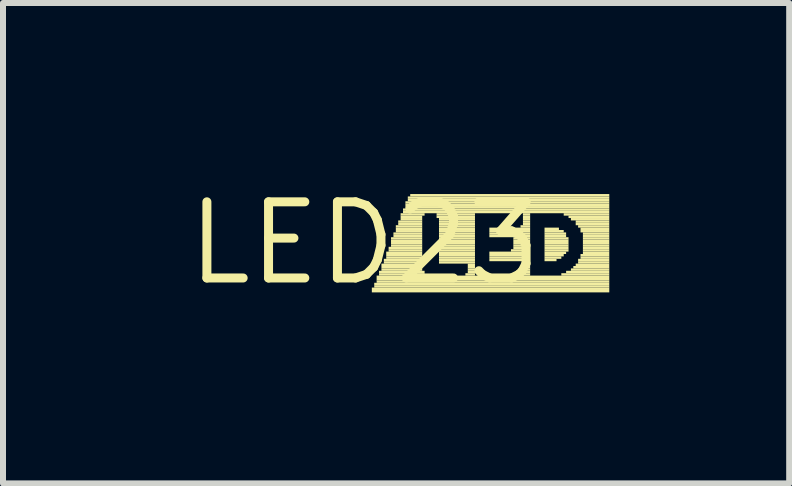
<source format=kicad_pcb>
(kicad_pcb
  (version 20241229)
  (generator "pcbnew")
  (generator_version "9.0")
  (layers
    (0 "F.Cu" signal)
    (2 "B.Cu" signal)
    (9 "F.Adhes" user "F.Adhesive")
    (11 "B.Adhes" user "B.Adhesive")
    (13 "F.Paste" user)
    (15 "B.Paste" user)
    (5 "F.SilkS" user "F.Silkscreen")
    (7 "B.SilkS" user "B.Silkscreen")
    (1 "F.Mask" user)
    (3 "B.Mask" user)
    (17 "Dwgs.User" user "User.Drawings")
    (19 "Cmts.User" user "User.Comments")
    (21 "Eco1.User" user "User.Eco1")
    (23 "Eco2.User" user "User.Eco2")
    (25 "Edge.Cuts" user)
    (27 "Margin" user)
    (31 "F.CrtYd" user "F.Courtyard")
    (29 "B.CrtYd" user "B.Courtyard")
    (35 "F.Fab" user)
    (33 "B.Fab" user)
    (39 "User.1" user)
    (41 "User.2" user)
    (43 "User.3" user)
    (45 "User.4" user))
  (footprint "LED23"
    (layer "F.Cu")
    (at 3.031 1.006)
    (property "Reference" "LED23" (at 0 0 0) (layer "F.SilkS") (effects (font (size 1.27 1.27) (thickness 0.15))))
    (fp_poly (pts (xy 0.12 0.78) (xy 4.08 0.78) (xy 4.08 0.74) (xy 0.12 0.74)) (stroke (width 0) (type default)) (fill yes) (layer "F.SilkS"))
    (fp_poly (pts (xy 0.12 0.82) (xy 4.08 0.82) (xy 4.08 0.78) (xy 0.12 0.78)) (stroke (width 0) (type default)) (fill yes) (layer "F.SilkS"))
    (fp_poly (pts (xy 0.16 0.7) (xy 4.08 0.7) (xy 4.08 0.66) (xy 0.16 0.66)) (stroke (width 0) (type default)) (fill yes) (layer "F.SilkS"))
    (fp_poly (pts (xy 0.16 0.74) (xy 4.08 0.74) (xy 4.08 0.7) (xy 0.16 0.7)) (stroke (width 0) (type default)) (fill yes) (layer "F.SilkS"))
    (fp_poly (pts (xy 0.2 0.58) (xy 4.08 0.58) (xy 4.08 0.54) (xy 0.2 0.54)) (stroke (width 0) (type default)) (fill yes) (layer "F.SilkS"))
    (fp_poly (pts (xy 0.2 0.62) (xy 4.08 0.62) (xy 4.08 0.58) (xy 0.2 0.58)) (stroke (width 0) (type default)) (fill yes) (layer "F.SilkS"))
    (fp_poly (pts (xy 0.2 0.66) (xy 4.08 0.66) (xy 4.08 0.62) (xy 0.2 0.62)) (stroke (width 0) (type default)) (fill yes) (layer "F.SilkS"))
    (fp_poly (pts (xy 0.24 0.5) (xy 1 0.5) (xy 1 0.46) (xy 0.24 0.46)) (stroke (width 0) (type default)) (fill yes) (layer "F.SilkS"))
    (fp_poly (pts (xy 0.24 0.54) (xy 1 0.54) (xy 1 0.5) (xy 0.24 0.5)) (stroke (width 0) (type default)) (fill yes) (layer "F.SilkS"))
    (fp_poly (pts (xy 0.28 0.38) (xy 0.96 0.38) (xy 0.96 0.34) (xy 0.28 0.34)) (stroke (width 0) (type default)) (fill yes) (layer "F.SilkS"))
    (fp_poly (pts (xy 0.28 0.42) (xy 0.96 0.42) (xy 0.96 0.38) (xy 0.28 0.38)) (stroke (width 0) (type default)) (fill yes) (layer "F.SilkS"))
    (fp_poly (pts (xy 0.28 0.46) (xy 0.96 0.46) (xy 0.96 0.42) (xy 0.28 0.42)) (stroke (width 0) (type default)) (fill yes) (layer "F.SilkS"))
    (fp_poly (pts (xy 0.32 0.3) (xy 0.96 0.3) (xy 0.96 0.26) (xy 0.32 0.26)) (stroke (width 0) (type default)) (fill yes) (layer "F.SilkS"))
    (fp_poly (pts (xy 0.32 0.34) (xy 0.96 0.34) (xy 0.96 0.3) (xy 0.32 0.3)) (stroke (width 0) (type default)) (fill yes) (layer "F.SilkS"))
    (fp_poly (pts (xy 0.36 0.18) (xy 0.96 0.18) (xy 0.96 0.14) (xy 0.36 0.14)) (stroke (width 0) (type default)) (fill yes) (layer "F.SilkS"))
    (fp_poly (pts (xy 0.36 0.22) (xy 0.96 0.22) (xy 0.96 0.18) (xy 0.36 0.18)) (stroke (width 0) (type default)) (fill yes) (layer "F.SilkS"))
    (fp_poly (pts (xy 0.36 0.26) (xy 0.96 0.26) (xy 0.96 0.22) (xy 0.36 0.22)) (stroke (width 0) (type default)) (fill yes) (layer "F.SilkS"))
    (fp_poly (pts (xy 0.4 0.1) (xy 0.96 0.1) (xy 0.96 0.06) (xy 0.4 0.06)) (stroke (width 0) (type default)) (fill yes) (layer "F.SilkS"))
    (fp_poly (pts (xy 0.4 0.14) (xy 0.96 0.14) (xy 0.96 0.1) (xy 0.4 0.1)) (stroke (width 0) (type default)) (fill yes) (layer "F.SilkS"))
    (fp_poly (pts (xy 0.44 -0.06) (xy 0.96 -0.06) (xy 0.96 -0.1) (xy 0.44 -0.1)) (stroke (width 0) (type default)) (fill yes) (layer "F.SilkS"))
    (fp_poly (pts (xy 0.44 -0.02) (xy 0.96 -0.02) (xy 0.96 -0.06) (xy 0.44 -0.06)) (stroke (width 0) (type default)) (fill yes) (layer "F.SilkS"))
    (fp_poly (pts (xy 0.44 0.02) (xy 0.96 0.02) (xy 0.96 -0.02) (xy 0.44 -0.02)) (stroke (width 0) (type default)) (fill yes) (layer "F.SilkS"))
    (fp_poly (pts (xy 0.44 0.06) (xy 0.96 0.06) (xy 0.96 0.02) (xy 0.44 0.02)) (stroke (width 0) (type default)) (fill yes) (layer "F.SilkS"))
    (fp_poly (pts (xy 0.48 -0.14) (xy 0.96 -0.14) (xy 0.96 -0.18) (xy 0.48 -0.18)) (stroke (width 0) (type default)) (fill yes) (layer "F.SilkS"))
    (fp_poly (pts (xy 0.48 -0.1) (xy 0.96 -0.1) (xy 0.96 -0.14) (xy 0.48 -0.14)) (stroke (width 0) (type default)) (fill yes) (layer "F.SilkS"))
    (fp_poly (pts (xy 0.52 -0.26) (xy 0.96 -0.26) (xy 0.96 -0.3) (xy 0.52 -0.3)) (stroke (width 0) (type default)) (fill yes) (layer "F.SilkS"))
    (fp_poly (pts (xy 0.52 -0.22) (xy 0.96 -0.22) (xy 0.96 -0.26) (xy 0.52 -0.26)) (stroke (width 0) (type default)) (fill yes) (layer "F.SilkS"))
    (fp_poly (pts (xy 0.52 -0.18) (xy 0.96 -0.18) (xy 0.96 -0.22) (xy 0.52 -0.22)) (stroke (width 0) (type default)) (fill yes) (layer "F.SilkS"))
    (fp_poly (pts (xy 0.56 -0.34) (xy 0.96 -0.34) (xy 0.96 -0.38) (xy 0.56 -0.38)) (stroke (width 0) (type default)) (fill yes) (layer "F.SilkS"))
    (fp_poly (pts (xy 0.56 -0.3) (xy 0.96 -0.3) (xy 0.96 -0.34) (xy 0.56 -0.34)) (stroke (width 0) (type default)) (fill yes) (layer "F.SilkS"))
    (fp_poly (pts (xy 0.6 -0.46) (xy 1 -0.46) (xy 1 -0.5) (xy 0.6 -0.5)) (stroke (width 0) (type default)) (fill yes) (layer "F.SilkS"))
    (fp_poly (pts (xy 0.6 -0.42) (xy 0.96 -0.42) (xy 0.96 -0.46) (xy 0.6 -0.46)) (stroke (width 0) (type default)) (fill yes) (layer "F.SilkS"))
    (fp_poly (pts (xy 0.6 -0.38) (xy 0.96 -0.38) (xy 0.96 -0.42) (xy 0.6 -0.42)) (stroke (width 0) (type default)) (fill yes) (layer "F.SilkS"))
    (fp_poly (pts (xy 0.64 -0.54) (xy 4.08 -0.54) (xy 4.08 -0.58) (xy 0.64 -0.58)) (stroke (width 0) (type default)) (fill yes) (layer "F.SilkS"))
    (fp_poly (pts (xy 0.64 -0.5) (xy 4.08 -0.5) (xy 4.08 -0.54) (xy 0.64 -0.54)) (stroke (width 0) (type default)) (fill yes) (layer "F.SilkS"))
    (fp_poly (pts (xy 0.68 -0.66) (xy 4.08 -0.66) (xy 4.08 -0.7) (xy 0.68 -0.7)) (stroke (width 0) (type default)) (fill yes) (layer "F.SilkS"))
    (fp_poly (pts (xy 0.68 -0.62) (xy 4.08 -0.62) (xy 4.08 -0.66) (xy 0.68 -0.66)) (stroke (width 0) (type default)) (fill yes) (layer "F.SilkS"))
    (fp_poly (pts (xy 0.68 -0.58) (xy 4.08 -0.58) (xy 4.08 -0.62) (xy 0.68 -0.62)) (stroke (width 0) (type default)) (fill yes) (layer "F.SilkS"))
    (fp_poly (pts (xy 0.72 -0.74) (xy 4.08 -0.74) (xy 4.08 -0.78) (xy 0.72 -0.78)) (stroke (width 0) (type default)) (fill yes) (layer "F.SilkS"))
    (fp_poly (pts (xy 0.72 -0.7) (xy 4.08 -0.7) (xy 4.08 -0.74) (xy 0.72 -0.74)) (stroke (width 0) (type default)) (fill yes) (layer "F.SilkS"))
    (fp_poly (pts (xy 0.76 -0.78) (xy 4.08 -0.78) (xy 4.08 -0.82) (xy 0.76 -0.82)) (stroke (width 0) (type default)) (fill yes) (layer "F.SilkS"))
    (fp_poly (pts (xy 1.2 -0.46) (xy 1.84 -0.46) (xy 1.84 -0.5) (xy 1.2 -0.5)) (stroke (width 0) (type default)) (fill yes) (layer "F.SilkS"))
    (fp_poly (pts (xy 1.2 -0.42) (xy 1.84 -0.42) (xy 1.84 -0.46) (xy 1.2 -0.46)) (stroke (width 0) (type default)) (fill yes) (layer "F.SilkS"))
    (fp_poly (pts (xy 1.24 -0.38) (xy 1.84 -0.38) (xy 1.84 -0.42) (xy 1.24 -0.42)) (stroke (width 0) (type default)) (fill yes) (layer "F.SilkS"))
    (fp_poly (pts (xy 1.24 -0.34) (xy 1.84 -0.34) (xy 1.84 -0.38) (xy 1.24 -0.38)) (stroke (width 0) (type default)) (fill yes) (layer "F.SilkS"))
    (fp_poly (pts (xy 1.24 -0.3) (xy 1.84 -0.3) (xy 1.84 -0.34) (xy 1.24 -0.34)) (stroke (width 0) (type default)) (fill yes) (layer "F.SilkS"))
    (fp_poly (pts (xy 1.24 -0.26) (xy 1.84 -0.26) (xy 1.84 -0.3) (xy 1.24 -0.3)) (stroke (width 0) (type default)) (fill yes) (layer "F.SilkS"))
    (fp_poly (pts (xy 1.24 -0.22) (xy 1.84 -0.22) (xy 1.84 -0.26) (xy 1.24 -0.26)) (stroke (width 0) (type default)) (fill yes) (layer "F.SilkS"))
    (fp_poly (pts (xy 1.24 -0.18) (xy 1.84 -0.18) (xy 1.84 -0.22) (xy 1.24 -0.22)) (stroke (width 0) (type default)) (fill yes) (layer "F.SilkS"))
    (fp_poly (pts (xy 1.24 -0.14) (xy 1.84 -0.14) (xy 1.84 -0.18) (xy 1.24 -0.18)) (stroke (width 0) (type default)) (fill yes) (layer "F.SilkS"))
    (fp_poly (pts (xy 1.24 -0.1) (xy 1.84 -0.1) (xy 1.84 -0.14) (xy 1.24 -0.14)) (stroke (width 0) (type default)) (fill yes) (layer "F.SilkS"))
    (fp_poly (pts (xy 1.24 -0.06) (xy 1.84 -0.06) (xy 1.84 -0.1) (xy 1.24 -0.1)) (stroke (width 0) (type default)) (fill yes) (layer "F.SilkS"))
    (fp_poly (pts (xy 1.24 -0.02) (xy 1.84 -0.02) (xy 1.84 -0.06) (xy 1.24 -0.06)) (stroke (width 0) (type default)) (fill yes) (layer "F.SilkS"))
    (fp_poly (pts (xy 1.24 0.02) (xy 1.84 0.02) (xy 1.84 -0.02) (xy 1.24 -0.02)) (stroke (width 0) (type default)) (fill yes) (layer "F.SilkS"))
    (fp_poly (pts (xy 1.24 0.06) (xy 1.84 0.06) (xy 1.84 0.02) (xy 1.24 0.02)) (stroke (width 0) (type default)) (fill yes) (layer "F.SilkS"))
    (fp_poly (pts (xy 1.24 0.1) (xy 1.84 0.1) (xy 1.84 0.06) (xy 1.24 0.06)) (stroke (width 0) (type default)) (fill yes) (layer "F.SilkS"))
    (fp_poly (pts (xy 1.24 0.14) (xy 1.84 0.14) (xy 1.84 0.1) (xy 1.24 0.1)) (stroke (width 0) (type default)) (fill yes) (layer "F.SilkS"))
    (fp_poly (pts (xy 1.24 0.18) (xy 1.84 0.18) (xy 1.84 0.14) (xy 1.24 0.14)) (stroke (width 0) (type default)) (fill yes) (layer "F.SilkS"))
    (fp_poly (pts (xy 1.24 0.22) (xy 1.84 0.22) (xy 1.84 0.18) (xy 1.24 0.18)) (stroke (width 0) (type default)) (fill yes) (layer "F.SilkS"))
    (fp_poly (pts (xy 1.24 0.26) (xy 1.84 0.26) (xy 1.84 0.22) (xy 1.24 0.22)) (stroke (width 0) (type default)) (fill yes) (layer "F.SilkS"))
    (fp_poly (pts (xy 1.24 0.3) (xy 1.84 0.3) (xy 1.84 0.26) (xy 1.24 0.26)) (stroke (width 0) (type default)) (fill yes) (layer "F.SilkS"))
    (fp_poly (pts (xy 1.24 0.34) (xy 1.84 0.34) (xy 1.84 0.3) (xy 1.24 0.3)) (stroke (width 0) (type default)) (fill yes) (layer "F.SilkS"))
    (fp_poly (pts (xy 1.68 0.54) (xy 1.84 0.54) (xy 1.84 0.5) (xy 1.68 0.5)) (stroke (width 0) (type default)) (fill yes) (layer "F.SilkS"))
    (fp_poly (pts (xy 1.72 0.38) (xy 1.84 0.38) (xy 1.84 0.34) (xy 1.72 0.34)) (stroke (width 0) (type default)) (fill yes) (layer "F.SilkS"))
    (fp_poly (pts (xy 1.72 0.42) (xy 1.84 0.42) (xy 1.84 0.38) (xy 1.72 0.38)) (stroke (width 0) (type default)) (fill yes) (layer "F.SilkS"))
    (fp_poly (pts (xy 1.72 0.46) (xy 1.84 0.46) (xy 1.84 0.42) (xy 1.72 0.42)) (stroke (width 0) (type default)) (fill yes) (layer "F.SilkS"))
    (fp_poly (pts (xy 1.72 0.5) (xy 1.84 0.5) (xy 1.84 0.46) (xy 1.72 0.46)) (stroke (width 0) (type default)) (fill yes) (layer "F.SilkS"))
    (fp_poly (pts (xy 2.08 -0.22) (xy 2.76 -0.22) (xy 2.76 -0.26) (xy 2.08 -0.26)) (stroke (width 0) (type default)) (fill yes) (layer "F.SilkS"))
    (fp_poly (pts (xy 2.08 -0.18) (xy 2.76 -0.18) (xy 2.76 -0.22) (xy 2.08 -0.22)) (stroke (width 0) (type default)) (fill yes) (layer "F.SilkS"))
    (fp_poly (pts (xy 2.08 -0.14) (xy 2.76 -0.14) (xy 2.76 -0.18) (xy 2.08 -0.18)) (stroke (width 0) (type default)) (fill yes) (layer "F.SilkS"))
    (fp_poly (pts (xy 2.08 -0.1) (xy 2.76 -0.1) (xy 2.76 -0.14) (xy 2.08 -0.14)) (stroke (width 0) (type default)) (fill yes) (layer "F.SilkS"))
    (fp_poly (pts (xy 2.08 0.18) (xy 2.76 0.18) (xy 2.76 0.14) (xy 2.08 0.14)) (stroke (width 0) (type default)) (fill yes) (layer "F.SilkS"))
    (fp_poly (pts (xy 2.08 0.22) (xy 2.76 0.22) (xy 2.76 0.18) (xy 2.08 0.18)) (stroke (width 0) (type default)) (fill yes) (layer "F.SilkS"))
    (fp_poly (pts (xy 2.08 0.26) (xy 2.76 0.26) (xy 2.76 0.22) (xy 2.08 0.22)) (stroke (width 0) (type default)) (fill yes) (layer "F.SilkS"))
    (fp_poly (pts (xy 2.08 0.3) (xy 2.76 0.3) (xy 2.76 0.26) (xy 2.08 0.26)) (stroke (width 0) (type default)) (fill yes) (layer "F.SilkS"))
    (fp_poly (pts (xy 2.44 0.14) (xy 2.76 0.14) (xy 2.76 0.1) (xy 2.44 0.1)) (stroke (width 0) (type default)) (fill yes) (layer "F.SilkS"))
    (fp_poly (pts (xy 2.48 -0.06) (xy 2.76 -0.06) (xy 2.76 -0.1) (xy 2.48 -0.1)) (stroke (width 0) (type default)) (fill yes) (layer "F.SilkS"))
    (fp_poly (pts (xy 2.48 -0.02) (xy 2.76 -0.02) (xy 2.76 -0.06) (xy 2.48 -0.06)) (stroke (width 0) (type default)) (fill yes) (layer "F.SilkS"))
    (fp_poly (pts (xy 2.48 0.02) (xy 2.76 0.02) (xy 2.76 -0.02) (xy 2.48 -0.02)) (stroke (width 0) (type default)) (fill yes) (layer "F.SilkS"))
    (fp_poly (pts (xy 2.48 0.06) (xy 2.76 0.06) (xy 2.76 0.02) (xy 2.48 0.02)) (stroke (width 0) (type default)) (fill yes) (layer "F.SilkS"))
    (fp_poly (pts (xy 2.48 0.1) (xy 2.76 0.1) (xy 2.76 0.06) (xy 2.48 0.06)) (stroke (width 0) (type default)) (fill yes) (layer "F.SilkS"))
    (fp_poly (pts (xy 2.6 -0.26) (xy 2.76 -0.26) (xy 2.76 -0.3) (xy 2.6 -0.3)) (stroke (width 0) (type default)) (fill yes) (layer "F.SilkS"))
    (fp_poly (pts (xy 2.6 0.54) (xy 2.76 0.54) (xy 2.76 0.5) (xy 2.6 0.5)) (stroke (width 0) (type default)) (fill yes) (layer "F.SilkS"))
    (fp_poly (pts (xy 2.64 -0.46) (xy 2.76 -0.46) (xy 2.76 -0.5) (xy 2.64 -0.5)) (stroke (width 0) (type default)) (fill yes) (layer "F.SilkS"))
    (fp_poly (pts (xy 2.64 -0.42) (xy 2.76 -0.42) (xy 2.76 -0.46) (xy 2.64 -0.46)) (stroke (width 0) (type default)) (fill yes) (layer "F.SilkS"))
    (fp_poly (pts (xy 2.64 -0.38) (xy 2.76 -0.38) (xy 2.76 -0.42) (xy 2.64 -0.42)) (stroke (width 0) (type default)) (fill yes) (layer "F.SilkS"))
    (fp_poly (pts (xy 2.64 -0.34) (xy 2.76 -0.34) (xy 2.76 -0.38) (xy 2.64 -0.38)) (stroke (width 0) (type default)) (fill yes) (layer "F.SilkS"))
    (fp_poly (pts (xy 2.64 -0.3) (xy 2.76 -0.3) (xy 2.76 -0.34) (xy 2.64 -0.34)) (stroke (width 0) (type default)) (fill yes) (layer "F.SilkS"))
    (fp_poly (pts (xy 2.64 0.34) (xy 2.76 0.34) (xy 2.76 0.3) (xy 2.64 0.3)) (stroke (width 0) (type default)) (fill yes) (layer "F.SilkS"))
    (fp_poly (pts (xy 2.64 0.38) (xy 2.76 0.38) (xy 2.76 0.34) (xy 2.64 0.34)) (stroke (width 0) (type default)) (fill yes) (layer "F.SilkS"))
    (fp_poly (pts (xy 2.64 0.42) (xy 2.76 0.42) (xy 2.76 0.38) (xy 2.64 0.38)) (stroke (width 0) (type default)) (fill yes) (layer "F.SilkS"))
    (fp_poly (pts (xy 2.64 0.46) (xy 2.76 0.46) (xy 2.76 0.42) (xy 2.64 0.42)) (stroke (width 0) (type default)) (fill yes) (layer "F.SilkS"))
    (fp_poly (pts (xy 2.64 0.5) (xy 2.76 0.5) (xy 2.76 0.46) (xy 2.64 0.46)) (stroke (width 0) (type default)) (fill yes) (layer "F.SilkS"))
    (fp_poly (pts (xy 3 -0.22) (xy 3.24 -0.22) (xy 3.24 -0.26) (xy 3 -0.26)) (stroke (width 0) (type default)) (fill yes) (layer "F.SilkS"))
    (fp_poly (pts (xy 3 -0.18) (xy 3.32 -0.18) (xy 3.32 -0.22) (xy 3 -0.22)) (stroke (width 0) (type default)) (fill yes) (layer "F.SilkS"))
    (fp_poly (pts (xy 3 -0.14) (xy 3.36 -0.14) (xy 3.36 -0.18) (xy 3 -0.18)) (stroke (width 0) (type default)) (fill yes) (layer "F.SilkS"))
    (fp_poly (pts (xy 3 -0.1) (xy 3.36 -0.1) (xy 3.36 -0.14) (xy 3 -0.14)) (stroke (width 0) (type default)) (fill yes) (layer "F.SilkS"))
    (fp_poly (pts (xy 3 -0.06) (xy 3.4 -0.06) (xy 3.4 -0.1) (xy 3 -0.1)) (stroke (width 0) (type default)) (fill yes) (layer "F.SilkS"))
    (fp_poly (pts (xy 3 -0.02) (xy 3.4 -0.02) (xy 3.4 -0.06) (xy 3 -0.06)) (stroke (width 0) (type default)) (fill yes) (layer "F.SilkS"))
    (fp_poly (pts (xy 3 0.02) (xy 3.4 0.02) (xy 3.4 -0.02) (xy 3 -0.02)) (stroke (width 0) (type default)) (fill yes) (layer "F.SilkS"))
    (fp_poly (pts (xy 3 0.06) (xy 3.4 0.06) (xy 3.4 0.02) (xy 3 0.02)) (stroke (width 0) (type default)) (fill yes) (layer "F.SilkS"))
    (fp_poly (pts (xy 3 0.1) (xy 3.4 0.1) (xy 3.4 0.06) (xy 3 0.06)) (stroke (width 0) (type default)) (fill yes) (layer "F.SilkS"))
    (fp_poly (pts (xy 3 0.14) (xy 3.4 0.14) (xy 3.4 0.1) (xy 3 0.1)) (stroke (width 0) (type default)) (fill yes) (layer "F.SilkS"))
    (fp_poly (pts (xy 3 0.18) (xy 3.36 0.18) (xy 3.36 0.14) (xy 3 0.14)) (stroke (width 0) (type default)) (fill yes) (layer "F.SilkS"))
    (fp_poly (pts (xy 3 0.22) (xy 3.32 0.22) (xy 3.32 0.18) (xy 3 0.18)) (stroke (width 0) (type default)) (fill yes) (layer "F.SilkS"))
    (fp_poly (pts (xy 3 0.26) (xy 3.28 0.26) (xy 3.28 0.22) (xy 3 0.22)) (stroke (width 0) (type default)) (fill yes) (layer "F.SilkS"))
    (fp_poly (pts (xy 3 0.3) (xy 3.2 0.3) (xy 3.2 0.26) (xy 3 0.26)) (stroke (width 0) (type default)) (fill yes) (layer "F.SilkS"))
    (fp_poly (pts (xy 3.28 0.54) (xy 4.08 0.54) (xy 4.08 0.5) (xy 3.28 0.5)) (stroke (width 0) (type default)) (fill yes) (layer "F.SilkS"))
    (fp_poly (pts (xy 3.32 -0.46) (xy 4.08 -0.46) (xy 4.08 -0.5) (xy 3.32 -0.5)) (stroke (width 0) (type default)) (fill yes) (layer "F.SilkS"))
    (fp_poly (pts (xy 3.36 0.5) (xy 4.08 0.5) (xy 4.08 0.46) (xy 3.36 0.46)) (stroke (width 0) (type default)) (fill yes) (layer "F.SilkS"))
    (fp_poly (pts (xy 3.4 -0.42) (xy 4.08 -0.42) (xy 4.08 -0.46) (xy 3.4 -0.46)) (stroke (width 0) (type default)) (fill yes) (layer "F.SilkS"))
    (fp_poly (pts (xy 3.44 -0.38) (xy 4.08 -0.38) (xy 4.08 -0.42) (xy 3.44 -0.42)) (stroke (width 0) (type default)) (fill yes) (layer "F.SilkS"))
    (fp_poly (pts (xy 3.44 0.46) (xy 4.08 0.46) (xy 4.08 0.42) (xy 3.44 0.42)) (stroke (width 0) (type default)) (fill yes) (layer "F.SilkS"))
    (fp_poly (pts (xy 3.48 0.42) (xy 4.08 0.42) (xy 4.08 0.38) (xy 3.48 0.38)) (stroke (width 0) (type default)) (fill yes) (layer "F.SilkS"))
    (fp_poly (pts (xy 3.52 -0.34) (xy 4.08 -0.34) (xy 4.08 -0.38) (xy 3.52 -0.38)) (stroke (width 0) (type default)) (fill yes) (layer "F.SilkS"))
    (fp_poly (pts (xy 3.52 -0.3) (xy 4.08 -0.3) (xy 4.08 -0.34) (xy 3.52 -0.34)) (stroke (width 0) (type default)) (fill yes) (layer "F.SilkS"))
    (fp_poly (pts (xy 3.52 0.38) (xy 4.08 0.38) (xy 4.08 0.34) (xy 3.52 0.34)) (stroke (width 0) (type default)) (fill yes) (layer "F.SilkS"))
    (fp_poly (pts (xy 3.56 -0.26) (xy 4.08 -0.26) (xy 4.08 -0.3) (xy 3.56 -0.3)) (stroke (width 0) (type default)) (fill yes) (layer "F.SilkS"))
    (fp_poly (pts (xy 3.56 0.3) (xy 4.08 0.3) (xy 4.08 0.26) (xy 3.56 0.26)) (stroke (width 0) (type default)) (fill yes) (layer "F.SilkS"))
    (fp_poly (pts (xy 3.56 0.34) (xy 4.08 0.34) (xy 4.08 0.3) (xy 3.56 0.3)) (stroke (width 0) (type default)) (fill yes) (layer "F.SilkS"))
    (fp_poly (pts (xy 3.6 -0.22) (xy 4.08 -0.22) (xy 4.08 -0.26) (xy 3.6 -0.26)) (stroke (width 0) (type default)) (fill yes) (layer "F.SilkS"))
    (fp_poly (pts (xy 3.6 -0.18) (xy 4.08 -0.18) (xy 4.08 -0.22) (xy 3.6 -0.22)) (stroke (width 0) (type default)) (fill yes) (layer "F.SilkS"))
    (fp_poly (pts (xy 3.6 0.22) (xy 4.08 0.22) (xy 4.08 0.18) (xy 3.6 0.18)) (stroke (width 0) (type default)) (fill yes) (layer "F.SilkS"))
    (fp_poly (pts (xy 3.6 0.26) (xy 4.08 0.26) (xy 4.08 0.22) (xy 3.6 0.22)) (stroke (width 0) (type default)) (fill yes) (layer "F.SilkS"))
    (fp_poly (pts (xy 3.64 -0.14) (xy 4.08 -0.14) (xy 4.08 -0.18) (xy 3.64 -0.18)) (stroke (width 0) (type default)) (fill yes) (layer "F.SilkS"))
    (fp_poly (pts (xy 3.64 -0.1) (xy 4.08 -0.1) (xy 4.08 -0.14) (xy 3.64 -0.14)) (stroke (width 0) (type default)) (fill yes) (layer "F.SilkS"))
    (fp_poly (pts (xy 3.64 -0.06) (xy 4.08 -0.06) (xy 4.08 -0.1) (xy 3.64 -0.1)) (stroke (width 0) (type default)) (fill yes) (layer "F.SilkS"))
    (fp_poly (pts (xy 3.64 -0.02) (xy 4.08 -0.02) (xy 4.08 -0.06) (xy 3.64 -0.06)) (stroke (width 0) (type default)) (fill yes) (layer "F.SilkS"))
    (fp_poly (pts (xy 3.64 0.02) (xy 4.08 0.02) (xy 4.08 -0.02) (xy 3.64 -0.02)) (stroke (width 0) (type default)) (fill yes) (layer "F.SilkS"))
    (fp_poly (pts (xy 3.64 0.06) (xy 4.08 0.06) (xy 4.08 0.02) (xy 3.64 0.02)) (stroke (width 0) (type default)) (fill yes) (layer "F.SilkS"))
    (fp_poly (pts (xy 3.64 0.1) (xy 4.08 0.1) (xy 4.08 0.06) (xy 3.64 0.06)) (stroke (width 0) (type default)) (fill yes) (layer "F.SilkS"))
    (fp_poly (pts (xy 3.64 0.14) (xy 4.08 0.14) (xy 4.08 0.1) (xy 3.64 0.1)) (stroke (width 0) (type default)) (fill yes) (layer "F.SilkS"))
    (fp_poly (pts (xy 3.64 0.18) (xy 4.08 0.18) (xy 4.08 0.14) (xy 3.64 0.14)) (stroke (width 0) (type default)) (fill yes) (layer "F.SilkS")))
  (gr_rect
    (start -3 -3)
    (end 10.111 5.012)
    (stroke (width 0.1) (type default))
    (fill no)
    (layer "Edge.Cuts")))
</source>
